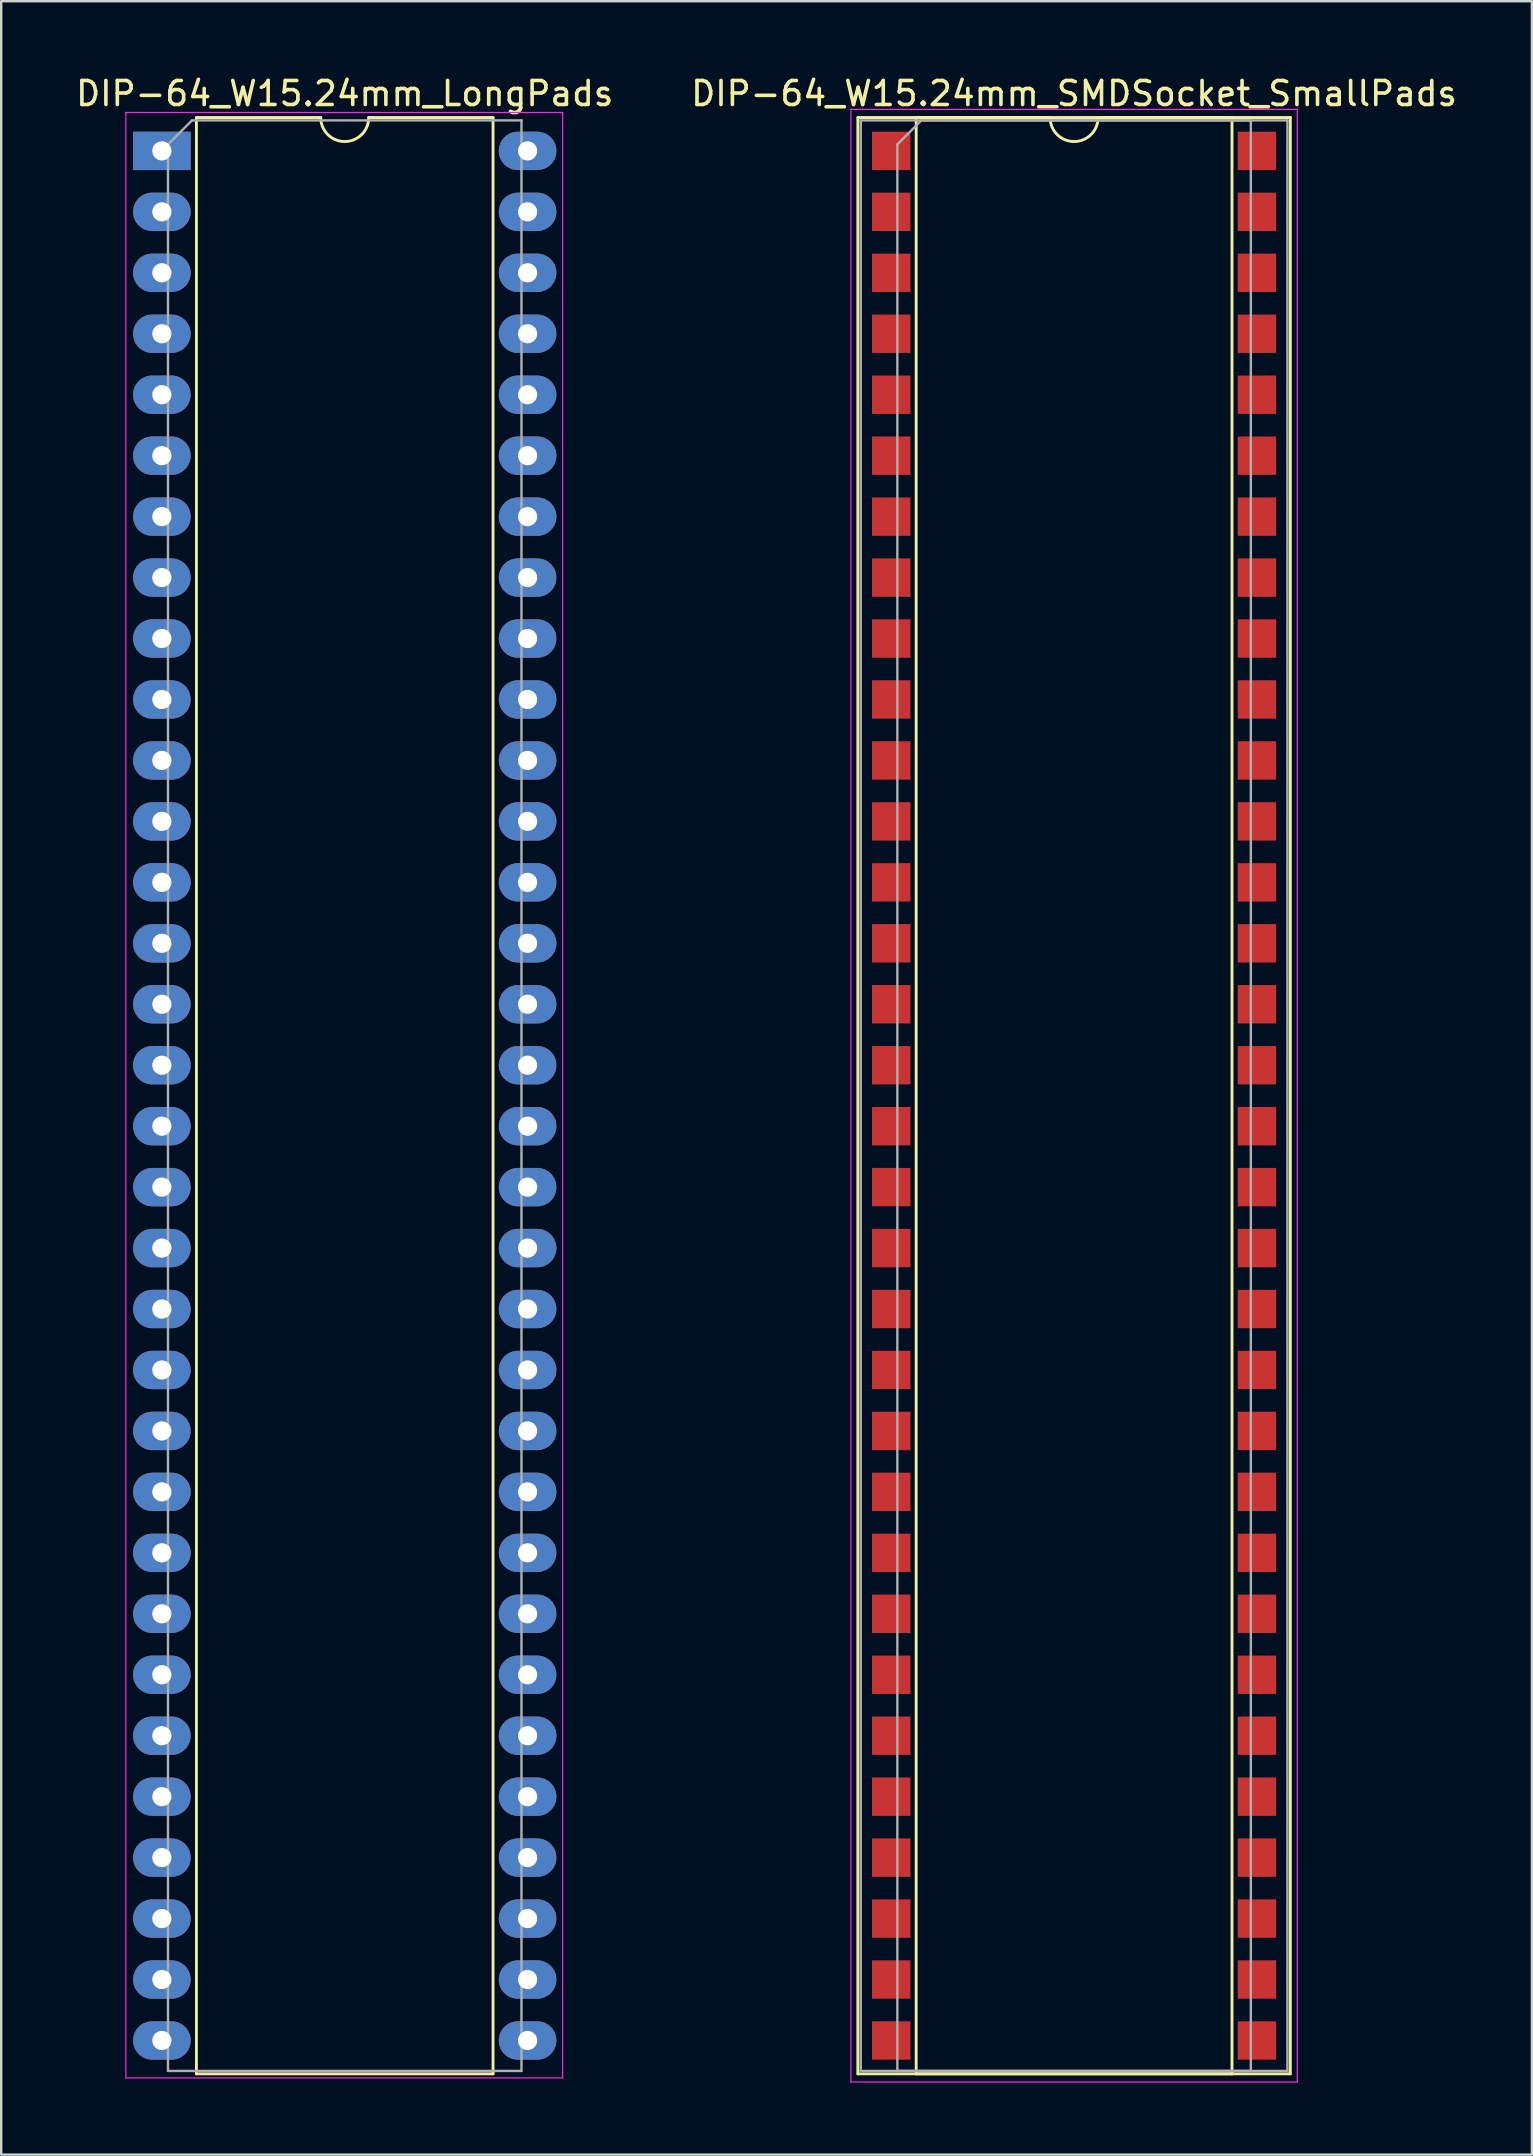
<source format=kicad_pcb>
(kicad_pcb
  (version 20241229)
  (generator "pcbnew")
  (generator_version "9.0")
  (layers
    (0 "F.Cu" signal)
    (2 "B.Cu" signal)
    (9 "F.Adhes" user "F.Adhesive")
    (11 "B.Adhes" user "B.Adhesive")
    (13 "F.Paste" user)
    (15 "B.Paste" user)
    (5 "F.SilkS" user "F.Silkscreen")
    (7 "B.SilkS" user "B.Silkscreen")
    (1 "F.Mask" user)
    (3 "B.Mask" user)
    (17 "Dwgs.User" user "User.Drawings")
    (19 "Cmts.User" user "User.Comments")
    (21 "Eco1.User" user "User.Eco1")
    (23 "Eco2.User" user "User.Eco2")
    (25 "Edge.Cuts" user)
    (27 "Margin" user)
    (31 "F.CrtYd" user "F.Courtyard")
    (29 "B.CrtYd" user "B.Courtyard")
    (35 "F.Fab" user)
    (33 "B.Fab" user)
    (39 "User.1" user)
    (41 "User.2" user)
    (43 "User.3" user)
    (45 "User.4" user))
  (footprint "DIP-64_W15.24mm_SMDSocket_SmallPads"
    (layer "F.Cu")
    (at 41.708 42.608)
    (property "Reference" "DIP-64_W15.24mm_SMDSocket_SmallPads" (at 0 -41.76 0) (layer "F.SilkS") (effects (font (size 1 1) (thickness 0.15))))
    (attr smd)
    (fp_line (start -9.01 -40.76) (end -9.01 40.76) (stroke (width 0.12) (type solid)) (layer "F.SilkS"))
    (fp_line (start -9.01 40.76) (end 9.01 40.76) (stroke (width 0.12) (type solid)) (layer "F.SilkS"))
    (fp_line (start -6.58 -40.76) (end -6.58 40.76) (stroke (width 0.12) (type solid)) (layer "F.SilkS"))
    (fp_line (start -6.58 40.76) (end 6.58 40.76) (stroke (width 0.12) (type solid)) (layer "F.SilkS"))
    (fp_line (start -1 -40.76) (end -6.58 -40.76) (stroke (width 0.12) (type solid)) (layer "F.SilkS"))
    (fp_line (start 6.58 -40.76) (end 1 -40.76) (stroke (width 0.12) (type solid)) (layer "F.SilkS"))
    (fp_line (start 6.58 40.76) (end 6.58 -40.76) (stroke (width 0.12) (type solid)) (layer "F.SilkS"))
    (fp_line (start 9.01 -40.76) (end -9.01 -40.76) (stroke (width 0.12) (type solid)) (layer "F.SilkS"))
    (fp_line (start 9.01 40.76) (end 9.01 -40.76) (stroke (width 0.12) (type solid)) (layer "F.SilkS"))
    (fp_arc (start 1 -40.76) (mid 0 -39.76) (end -1 -40.76) (stroke (width 0.12) (type solid)) (layer "F.SilkS"))
    (fp_line (start -9.3 -41.1) (end -9.3 41.1) (stroke (width 0.05) (type solid)) (layer "F.CrtYd"))
    (fp_line (start -9.3 41.1) (end 9.3 41.1) (stroke (width 0.05) (type solid)) (layer "F.CrtYd"))
    (fp_line (start 9.3 -41.1) (end -9.3 -41.1) (stroke (width 0.05) (type solid)) (layer "F.CrtYd"))
    (fp_line (start 9.3 41.1) (end 9.3 -41.1) (stroke (width 0.05) (type solid)) (layer "F.CrtYd"))
    (fp_line (start -8.89 -40.64) (end -8.89 40.64) (stroke (width 0.1) (type solid)) (layer "F.Fab"))
    (fp_line (start -8.89 40.64) (end 8.89 40.64) (stroke (width 0.1) (type solid)) (layer "F.Fab"))
    (fp_line (start -7.365 -39.64) (end -6.365 -40.64) (stroke (width 0.1) (type solid)) (layer "F.Fab"))
    (fp_line (start -7.365 40.64) (end -7.365 -39.64) (stroke (width 0.1) (type solid)) (layer "F.Fab"))
    (fp_line (start -6.365 -40.64) (end 7.365 -40.64) (stroke (width 0.1) (type solid)) (layer "F.Fab"))
    (fp_line (start 7.365 -40.64) (end 7.365 40.64) (stroke (width 0.1) (type solid)) (layer "F.Fab"))
    (fp_line (start 7.365 40.64) (end -7.365 40.64) (stroke (width 0.1) (type solid)) (layer "F.Fab"))
    (fp_line (start 8.89 -40.64) (end -8.89 -40.64) (stroke (width 0.1) (type solid)) (layer "F.Fab"))
    (fp_line (start 8.89 40.64) (end 8.89 -40.64) (stroke (width 0.1) (type solid)) (layer "F.Fab"))
    (pad "1" smd rect (at -7.62 -39.37) (size 1.6 1.6) (layers "F.Cu" "F.Mask"))
    (pad "2" smd rect (at -7.62 -36.83) (size 1.6 1.6) (layers "F.Cu" "F.Mask"))
    (pad "3" smd rect (at -7.62 -34.29) (size 1.6 1.6) (layers "F.Cu" "F.Mask"))
    (pad "4" smd rect (at -7.62 -31.75) (size 1.6 1.6) (layers "F.Cu" "F.Mask"))
    (pad "5" smd rect (at -7.62 -29.21) (size 1.6 1.6) (layers "F.Cu" "F.Mask"))
    (pad "6" smd rect (at -7.62 -26.67) (size 1.6 1.6) (layers "F.Cu" "F.Mask"))
    (pad "7" smd rect (at -7.62 -24.13) (size 1.6 1.6) (layers "F.Cu" "F.Mask"))
    (pad "8" smd rect (at -7.62 -21.59) (size 1.6 1.6) (layers "F.Cu" "F.Mask"))
    (pad "9" smd rect (at -7.62 -19.05) (size 1.6 1.6) (layers "F.Cu" "F.Mask"))
    (pad "10" smd rect (at -7.62 -16.51) (size 1.6 1.6) (layers "F.Cu" "F.Mask"))
    (pad "11" smd rect (at -7.62 -13.97) (size 1.6 1.6) (layers "F.Cu" "F.Mask"))
    (pad "12" smd rect (at -7.62 -11.43) (size 1.6 1.6) (layers "F.Cu" "F.Mask"))
    (pad "13" smd rect (at -7.62 -8.89) (size 1.6 1.6) (layers "F.Cu" "F.Mask"))
    (pad "14" smd rect (at -7.62 -6.35) (size 1.6 1.6) (layers "F.Cu" "F.Mask"))
    (pad "15" smd rect (at -7.62 -3.81) (size 1.6 1.6) (layers "F.Cu" "F.Mask"))
    (pad "16" smd rect (at -7.62 -1.27) (size 1.6 1.6) (layers "F.Cu" "F.Mask"))
    (pad "17" smd rect (at -7.62 1.27) (size 1.6 1.6) (layers "F.Cu" "F.Mask"))
    (pad "18" smd rect (at -7.62 3.81) (size 1.6 1.6) (layers "F.Cu" "F.Mask"))
    (pad "19" smd rect (at -7.62 6.35) (size 1.6 1.6) (layers "F.Cu" "F.Mask"))
    (pad "20" smd rect (at -7.62 8.89) (size 1.6 1.6) (layers "F.Cu" "F.Mask"))
    (pad "21" smd rect (at -7.62 11.43) (size 1.6 1.6) (layers "F.Cu" "F.Mask"))
    (pad "22" smd rect (at -7.62 13.97) (size 1.6 1.6) (layers "F.Cu" "F.Mask"))
    (pad "23" smd rect (at -7.62 16.51) (size 1.6 1.6) (layers "F.Cu" "F.Mask"))
    (pad "24" smd rect (at -7.62 19.05) (size 1.6 1.6) (layers "F.Cu" "F.Mask"))
    (pad "25" smd rect (at -7.62 21.59) (size 1.6 1.6) (layers "F.Cu" "F.Mask"))
    (pad "26" smd rect (at -7.62 24.13) (size 1.6 1.6) (layers "F.Cu" "F.Mask"))
    (pad "27" smd rect (at -7.62 26.67) (size 1.6 1.6) (layers "F.Cu" "F.Mask"))
    (pad "28" smd rect (at -7.62 29.21) (size 1.6 1.6) (layers "F.Cu" "F.Mask"))
    (pad "29" smd rect (at -7.62 31.75) (size 1.6 1.6) (layers "F.Cu" "F.Mask"))
    (pad "30" smd rect (at -7.62 34.29) (size 1.6 1.6) (layers "F.Cu" "F.Mask"))
    (pad "31" smd rect (at -7.62 36.83) (size 1.6 1.6) (layers "F.Cu" "F.Mask"))
    (pad "32" smd rect (at -7.62 39.37) (size 1.6 1.6) (layers "F.Cu" "F.Mask"))
    (pad "33" smd rect (at 7.62 39.37) (size 1.6 1.6) (layers "F.Cu" "F.Mask"))
    (pad "34" smd rect (at 7.62 36.83) (size 1.6 1.6) (layers "F.Cu" "F.Mask"))
    (pad "35" smd rect (at 7.62 34.29) (size 1.6 1.6) (layers "F.Cu" "F.Mask"))
    (pad "36" smd rect (at 7.62 31.75) (size 1.6 1.6) (layers "F.Cu" "F.Mask"))
    (pad "37" smd rect (at 7.62 29.21) (size 1.6 1.6) (layers "F.Cu" "F.Mask"))
    (pad "38" smd rect (at 7.62 26.67) (size 1.6 1.6) (layers "F.Cu" "F.Mask"))
    (pad "39" smd rect (at 7.62 24.13) (size 1.6 1.6) (layers "F.Cu" "F.Mask"))
    (pad "40" smd rect (at 7.62 21.59) (size 1.6 1.6) (layers "F.Cu" "F.Mask"))
    (pad "41" smd rect (at 7.62 19.05) (size 1.6 1.6) (layers "F.Cu" "F.Mask"))
    (pad "42" smd rect (at 7.62 16.51) (size 1.6 1.6) (layers "F.Cu" "F.Mask"))
    (pad "43" smd rect (at 7.62 13.97) (size 1.6 1.6) (layers "F.Cu" "F.Mask"))
    (pad "44" smd rect (at 7.62 11.43) (size 1.6 1.6) (layers "F.Cu" "F.Mask"))
    (pad "45" smd rect (at 7.62 8.89) (size 1.6 1.6) (layers "F.Cu" "F.Mask"))
    (pad "46" smd rect (at 7.62 6.35) (size 1.6 1.6) (layers "F.Cu" "F.Mask"))
    (pad "47" smd rect (at 7.62 3.81) (size 1.6 1.6) (layers "F.Cu" "F.Mask"))
    (pad "48" smd rect (at 7.62 1.27) (size 1.6 1.6) (layers "F.Cu" "F.Mask"))
    (pad "49" smd rect (at 7.62 -1.27) (size 1.6 1.6) (layers "F.Cu" "F.Mask"))
    (pad "50" smd rect (at 7.62 -3.81) (size 1.6 1.6) (layers "F.Cu" "F.Mask"))
    (pad "51" smd rect (at 7.62 -6.35) (size 1.6 1.6) (layers "F.Cu" "F.Mask"))
    (pad "52" smd rect (at 7.62 -8.89) (size 1.6 1.6) (layers "F.Cu" "F.Mask"))
    (pad "53" smd rect (at 7.62 -11.43) (size 1.6 1.6) (layers "F.Cu" "F.Mask"))
    (pad "54" smd rect (at 7.62 -13.97) (size 1.6 1.6) (layers "F.Cu" "F.Mask"))
    (pad "55" smd rect (at 7.62 -16.51) (size 1.6 1.6) (layers "F.Cu" "F.Mask"))
    (pad "56" smd rect (at 7.62 -19.05) (size 1.6 1.6) (layers "F.Cu" "F.Mask"))
    (pad "57" smd rect (at 7.62 -21.59) (size 1.6 1.6) (layers "F.Cu" "F.Mask"))
    (pad "58" smd rect (at 7.62 -24.13) (size 1.6 1.6) (layers "F.Cu" "F.Mask"))
    (pad "59" smd rect (at 7.62 -26.67) (size 1.6 1.6) (layers "F.Cu" "F.Mask"))
    (pad "60" smd rect (at 7.62 -29.21) (size 1.6 1.6) (layers "F.Cu" "F.Mask"))
    (pad "61" smd rect (at 7.62 -31.75) (size 1.6 1.6) (layers "F.Cu" "F.Mask"))
    (pad "62" smd rect (at 7.62 -34.29) (size 1.6 1.6) (layers "F.Cu" "F.Mask"))
    (pad "63" smd rect (at 7.62 -36.83) (size 1.6 1.6) (layers "F.Cu" "F.Mask"))
    (pad "64" smd rect (at 7.62 -39.37) (size 1.6 1.6) (layers "F.Cu" "F.Mask")))
  (footprint "DIP-64_W15.24mm_LongPads"
    (layer "F.Cu")
    (at 3.695 3.238)
    (property "Reference" "DIP-64_W15.24mm_LongPads" (at 7.62 -2.39 0) (layer "F.SilkS") (effects (font (size 1 1) (thickness 0.15))))
    (attr through_hole)
    (fp_line (start 1.44 -1.39) (end 1.44 80.13) (stroke (width 0.12) (type solid)) (layer "F.SilkS"))
    (fp_line (start 1.44 80.13) (end 13.8 80.13) (stroke (width 0.12) (type solid)) (layer "F.SilkS"))
    (fp_line (start 6.62 -1.39) (end 1.44 -1.39) (stroke (width 0.12) (type solid)) (layer "F.SilkS"))
    (fp_line (start 13.8 -1.39) (end 8.62 -1.39) (stroke (width 0.12) (type solid)) (layer "F.SilkS"))
    (fp_line (start 13.8 80.13) (end 13.8 -1.39) (stroke (width 0.12) (type solid)) (layer "F.SilkS"))
    (fp_arc (start 8.62 -1.39) (mid 7.62 -0.39) (end 6.62 -1.39) (stroke (width 0.12) (type solid)) (layer "F.SilkS"))
    (fp_line (start -1.5 -1.6) (end -1.5 80.3) (stroke (width 0.05) (type solid)) (layer "F.CrtYd"))
    (fp_line (start -1.5 80.3) (end 16.7 80.3) (stroke (width 0.05) (type solid)) (layer "F.CrtYd"))
    (fp_line (start 16.7 -1.6) (end -1.5 -1.6) (stroke (width 0.05) (type solid)) (layer "F.CrtYd"))
    (fp_line (start 16.7 80.3) (end 16.7 -1.6) (stroke (width 0.05) (type solid)) (layer "F.CrtYd"))
    (fp_line (start 0.255 -0.27) (end 1.255 -1.27) (stroke (width 0.1) (type solid)) (layer "F.Fab"))
    (fp_line (start 0.255 80.01) (end 0.255 -0.27) (stroke (width 0.1) (type solid)) (layer "F.Fab"))
    (fp_line (start 1.255 -1.27) (end 14.985 -1.27) (stroke (width 0.1) (type solid)) (layer "F.Fab"))
    (fp_line (start 14.985 -1.27) (end 14.985 80.01) (stroke (width 0.1) (type solid)) (layer "F.Fab"))
    (fp_line (start 14.985 80.01) (end 0.255 80.01) (stroke (width 0.1) (type solid)) (layer "F.Fab"))
    (pad "1" thru_hole rect (at 0 0) (size 2.4 1.6) (drill 0.8) (layers "*.Cu" "*.Mask"))
    (pad "2" thru_hole oval (at 0 2.54) (size 2.4 1.6) (drill 0.8) (layers "*.Cu" "*.Mask"))
    (pad "3" thru_hole oval (at 0 5.08) (size 2.4 1.6) (drill 0.8) (layers "*.Cu" "*.Mask"))
    (pad "4" thru_hole oval (at 0 7.62) (size 2.4 1.6) (drill 0.8) (layers "*.Cu" "*.Mask"))
    (pad "5" thru_hole oval (at 0 10.16) (size 2.4 1.6) (drill 0.8) (layers "*.Cu" "*.Mask"))
    (pad "6" thru_hole oval (at 0 12.7) (size 2.4 1.6) (drill 0.8) (layers "*.Cu" "*.Mask"))
    (pad "7" thru_hole oval (at 0 15.24) (size 2.4 1.6) (drill 0.8) (layers "*.Cu" "*.Mask"))
    (pad "8" thru_hole oval (at 0 17.78) (size 2.4 1.6) (drill 0.8) (layers "*.Cu" "*.Mask"))
    (pad "9" thru_hole oval (at 0 20.32) (size 2.4 1.6) (drill 0.8) (layers "*.Cu" "*.Mask"))
    (pad "10" thru_hole oval (at 0 22.86) (size 2.4 1.6) (drill 0.8) (layers "*.Cu" "*.Mask"))
    (pad "11" thru_hole oval (at 0 25.4) (size 2.4 1.6) (drill 0.8) (layers "*.Cu" "*.Mask"))
    (pad "12" thru_hole oval (at 0 27.94) (size 2.4 1.6) (drill 0.8) (layers "*.Cu" "*.Mask"))
    (pad "13" thru_hole oval (at 0 30.48) (size 2.4 1.6) (drill 0.8) (layers "*.Cu" "*.Mask"))
    (pad "14" thru_hole oval (at 0 33.02) (size 2.4 1.6) (drill 0.8) (layers "*.Cu" "*.Mask"))
    (pad "15" thru_hole oval (at 0 35.56) (size 2.4 1.6) (drill 0.8) (layers "*.Cu" "*.Mask"))
    (pad "16" thru_hole oval (at 0 38.1) (size 2.4 1.6) (drill 0.8) (layers "*.Cu" "*.Mask"))
    (pad "17" thru_hole oval (at 0 40.64) (size 2.4 1.6) (drill 0.8) (layers "*.Cu" "*.Mask"))
    (pad "18" thru_hole oval (at 0 43.18) (size 2.4 1.6) (drill 0.8) (layers "*.Cu" "*.Mask"))
    (pad "19" thru_hole oval (at 0 45.72) (size 2.4 1.6) (drill 0.8) (layers "*.Cu" "*.Mask"))
    (pad "20" thru_hole oval (at 0 48.26) (size 2.4 1.6) (drill 0.8) (layers "*.Cu" "*.Mask"))
    (pad "21" thru_hole oval (at 0 50.8) (size 2.4 1.6) (drill 0.8) (layers "*.Cu" "*.Mask"))
    (pad "22" thru_hole oval (at 0 53.34) (size 2.4 1.6) (drill 0.8) (layers "*.Cu" "*.Mask"))
    (pad "23" thru_hole oval (at 0 55.88) (size 2.4 1.6) (drill 0.8) (layers "*.Cu" "*.Mask"))
    (pad "24" thru_hole oval (at 0 58.42) (size 2.4 1.6) (drill 0.8) (layers "*.Cu" "*.Mask"))
    (pad "25" thru_hole oval (at 0 60.96) (size 2.4 1.6) (drill 0.8) (layers "*.Cu" "*.Mask"))
    (pad "26" thru_hole oval (at 0 63.5) (size 2.4 1.6) (drill 0.8) (layers "*.Cu" "*.Mask"))
    (pad "27" thru_hole oval (at 0 66.04) (size 2.4 1.6) (drill 0.8) (layers "*.Cu" "*.Mask"))
    (pad "28" thru_hole oval (at 0 68.58) (size 2.4 1.6) (drill 0.8) (layers "*.Cu" "*.Mask"))
    (pad "29" thru_hole oval (at 0 71.12) (size 2.4 1.6) (drill 0.8) (layers "*.Cu" "*.Mask"))
    (pad "30" thru_hole oval (at 0 73.66) (size 2.4 1.6) (drill 0.8) (layers "*.Cu" "*.Mask"))
    (pad "31" thru_hole oval (at 0 76.2) (size 2.4 1.6) (drill 0.8) (layers "*.Cu" "*.Mask"))
    (pad "32" thru_hole oval (at 0 78.74) (size 2.4 1.6) (drill 0.8) (layers "*.Cu" "*.Mask"))
    (pad "33" thru_hole oval (at 15.24 78.74) (size 2.4 1.6) (drill 0.8) (layers "*.Cu" "*.Mask"))
    (pad "34" thru_hole oval (at 15.24 76.2) (size 2.4 1.6) (drill 0.8) (layers "*.Cu" "*.Mask"))
    (pad "35" thru_hole oval (at 15.24 73.66) (size 2.4 1.6) (drill 0.8) (layers "*.Cu" "*.Mask"))
    (pad "36" thru_hole oval (at 15.24 71.12) (size 2.4 1.6) (drill 0.8) (layers "*.Cu" "*.Mask"))
    (pad "37" thru_hole oval (at 15.24 68.58) (size 2.4 1.6) (drill 0.8) (layers "*.Cu" "*.Mask"))
    (pad "38" thru_hole oval (at 15.24 66.04) (size 2.4 1.6) (drill 0.8) (layers "*.Cu" "*.Mask"))
    (pad "39" thru_hole oval (at 15.24 63.5) (size 2.4 1.6) (drill 0.8) (layers "*.Cu" "*.Mask"))
    (pad "40" thru_hole oval (at 15.24 60.96) (size 2.4 1.6) (drill 0.8) (layers "*.Cu" "*.Mask"))
    (pad "41" thru_hole oval (at 15.24 58.42) (size 2.4 1.6) (drill 0.8) (layers "*.Cu" "*.Mask"))
    (pad "42" thru_hole oval (at 15.24 55.88) (size 2.4 1.6) (drill 0.8) (layers "*.Cu" "*.Mask"))
    (pad "43" thru_hole oval (at 15.24 53.34) (size 2.4 1.6) (drill 0.8) (layers "*.Cu" "*.Mask"))
    (pad "44" thru_hole oval (at 15.24 50.8) (size 2.4 1.6) (drill 0.8) (layers "*.Cu" "*.Mask"))
    (pad "45" thru_hole oval (at 15.24 48.26) (size 2.4 1.6) (drill 0.8) (layers "*.Cu" "*.Mask"))
    (pad "46" thru_hole oval (at 15.24 45.72) (size 2.4 1.6) (drill 0.8) (layers "*.Cu" "*.Mask"))
    (pad "47" thru_hole oval (at 15.24 43.18) (size 2.4 1.6) (drill 0.8) (layers "*.Cu" "*.Mask"))
    (pad "48" thru_hole oval (at 15.24 40.64) (size 2.4 1.6) (drill 0.8) (layers "*.Cu" "*.Mask"))
    (pad "49" thru_hole oval (at 15.24 38.1) (size 2.4 1.6) (drill 0.8) (layers "*.Cu" "*.Mask"))
    (pad "50" thru_hole oval (at 15.24 35.56) (size 2.4 1.6) (drill 0.8) (layers "*.Cu" "*.Mask"))
    (pad "51" thru_hole oval (at 15.24 33.02) (size 2.4 1.6) (drill 0.8) (layers "*.Cu" "*.Mask"))
    (pad "52" thru_hole oval (at 15.24 30.48) (size 2.4 1.6) (drill 0.8) (layers "*.Cu" "*.Mask"))
    (pad "53" thru_hole oval (at 15.24 27.94) (size 2.4 1.6) (drill 0.8) (layers "*.Cu" "*.Mask"))
    (pad "54" thru_hole oval (at 15.24 25.4) (size 2.4 1.6) (drill 0.8) (layers "*.Cu" "*.Mask"))
    (pad "55" thru_hole oval (at 15.24 22.86) (size 2.4 1.6) (drill 0.8) (layers "*.Cu" "*.Mask"))
    (pad "56" thru_hole oval (at 15.24 20.32) (size 2.4 1.6) (drill 0.8) (layers "*.Cu" "*.Mask"))
    (pad "57" thru_hole oval (at 15.24 17.78) (size 2.4 1.6) (drill 0.8) (layers "*.Cu" "*.Mask"))
    (pad "58" thru_hole oval (at 15.24 15.24) (size 2.4 1.6) (drill 0.8) (layers "*.Cu" "*.Mask"))
    (pad "59" thru_hole oval (at 15.24 12.7) (size 2.4 1.6) (drill 0.8) (layers "*.Cu" "*.Mask"))
    (pad "60" thru_hole oval (at 15.24 10.16) (size 2.4 1.6) (drill 0.8) (layers "*.Cu" "*.Mask"))
    (pad "61" thru_hole oval (at 15.24 7.62) (size 2.4 1.6) (drill 0.8) (layers "*.Cu" "*.Mask"))
    (pad "62" thru_hole oval (at 15.24 5.08) (size 2.4 1.6) (drill 0.8) (layers "*.Cu" "*.Mask"))
    (pad "63" thru_hole oval (at 15.24 2.54) (size 2.4 1.6) (drill 0.8) (layers "*.Cu" "*.Mask"))
    (pad "64" thru_hole oval (at 15.24 0) (size 2.4 1.6) (drill 0.8) (layers "*.Cu" "*.Mask")))
  (gr_rect
    (start -3 -3)
    (end 60.786 86.733)
    (stroke (width 0.1) (type default))
    (fill no)
    (layer "Edge.Cuts")))
</source>
